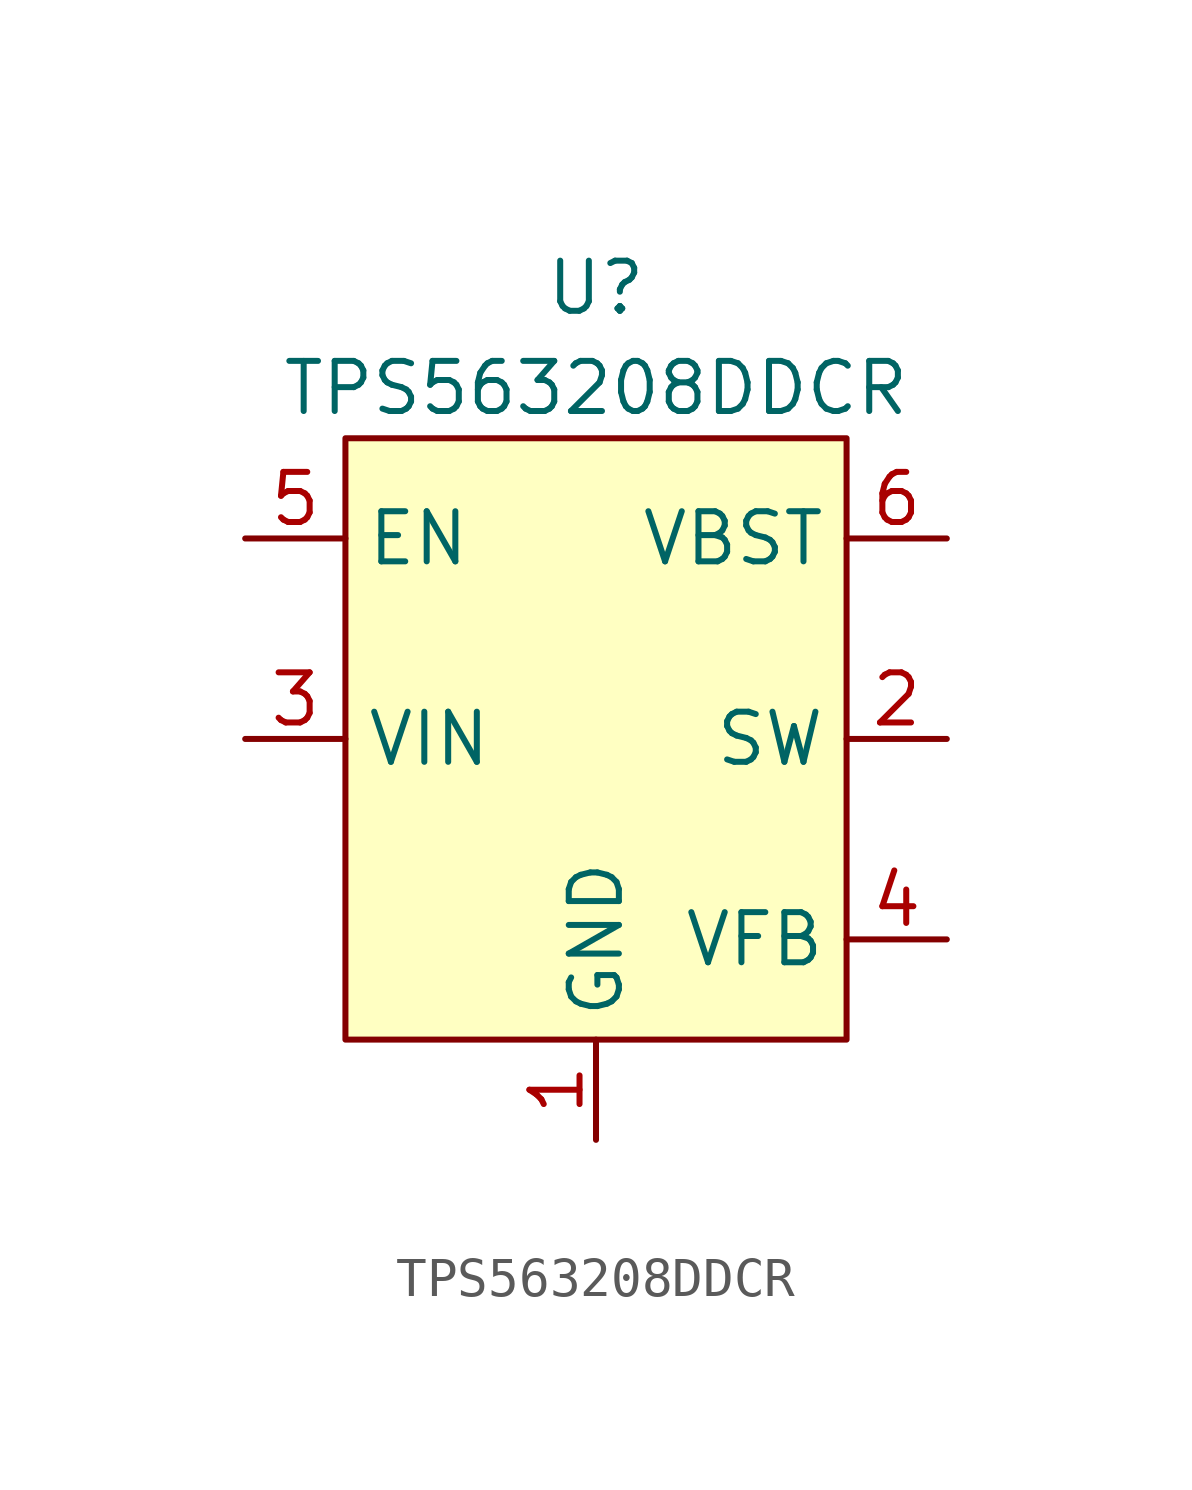
<source format=kicad_sym>
(kicad_symbol_lib
  (version 20220914)
  (generator kicad_symbol_editor)
  (symbol "TPS563208DDCR"
    (property "Reference" "U"
      (at 0 11.43 0)
      (effects (font (size 1.27 1.27))))
    (property "Value" "TPS563208DDCR"
      (at 0 8.89 0)
      (effects (font (size 1.27 1.27))))
    (symbol "TPS563208DDCR_1_1"
      (rectangle (start -6.35 7.62) (end 6.35 -7.62) (stroke (width 0) (type default)) (fill (type background)))
      (pin power_in line (at 0 -10.16 90) (length 2.54) (name "GND" (effects (font (size 1.27 1.27)))) (number "1" (effects (font (size 1.27 1.27)))))
      (pin power_out line (at 8.89 0 180) (length 2.54) (name "SW" (effects (font (size 1.27 1.27)))) (number "2" (effects (font (size 1.27 1.27)))))
      (pin power_in line (at -8.89 0 0) (length 2.54) (name "VIN" (effects (font (size 1.27 1.27)))) (number "3" (effects (font (size 1.27 1.27)))))
      (pin input line (at 8.89 -5.08 180) (length 2.54) (name "VFB" (effects (font (size 1.27 1.27)))) (number "4" (effects (font (size 1.27 1.27)))))
      (pin input line (at -8.89 5.08 0) (length 2.54) (name "EN" (effects (font (size 1.27 1.27)))) (number "5" (effects (font (size 1.27 1.27)))))
      (pin passive line (at 8.89 5.08 180) (length 2.54) (name "VBST" (effects (font (size 1.27 1.27)))) (number "6" (effects (font (size 1.27 1.27))))))))
</source>
